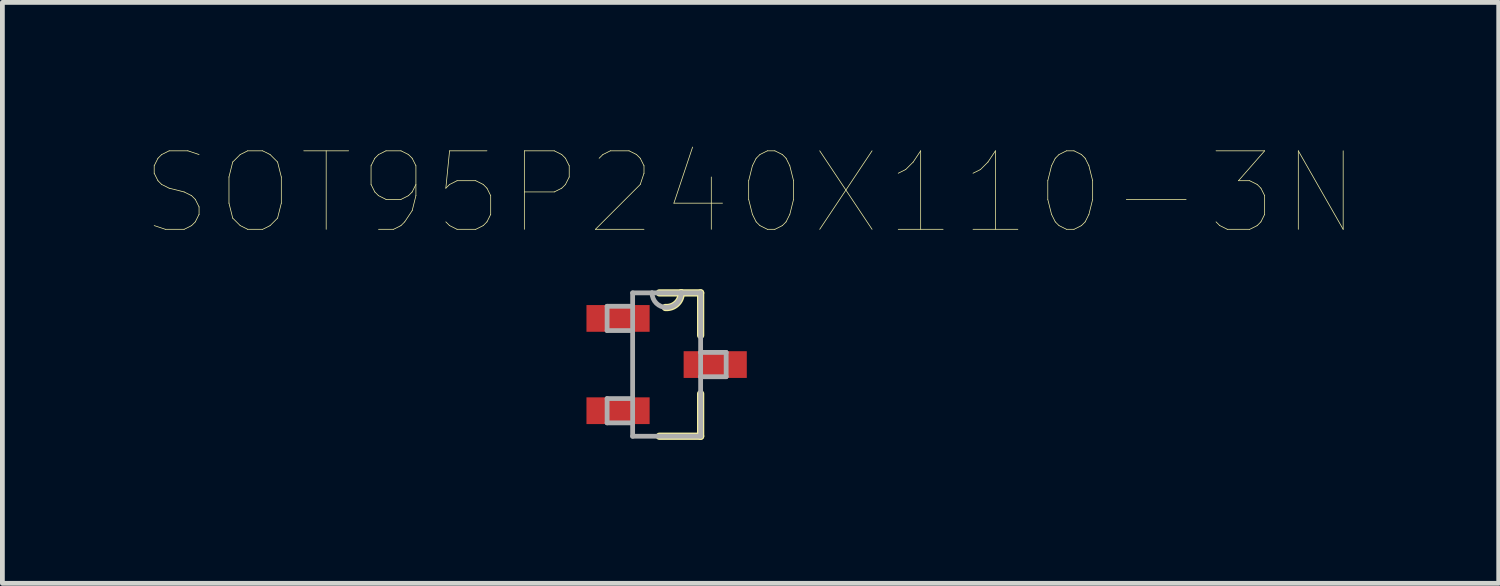
<source format=kicad_pcb>
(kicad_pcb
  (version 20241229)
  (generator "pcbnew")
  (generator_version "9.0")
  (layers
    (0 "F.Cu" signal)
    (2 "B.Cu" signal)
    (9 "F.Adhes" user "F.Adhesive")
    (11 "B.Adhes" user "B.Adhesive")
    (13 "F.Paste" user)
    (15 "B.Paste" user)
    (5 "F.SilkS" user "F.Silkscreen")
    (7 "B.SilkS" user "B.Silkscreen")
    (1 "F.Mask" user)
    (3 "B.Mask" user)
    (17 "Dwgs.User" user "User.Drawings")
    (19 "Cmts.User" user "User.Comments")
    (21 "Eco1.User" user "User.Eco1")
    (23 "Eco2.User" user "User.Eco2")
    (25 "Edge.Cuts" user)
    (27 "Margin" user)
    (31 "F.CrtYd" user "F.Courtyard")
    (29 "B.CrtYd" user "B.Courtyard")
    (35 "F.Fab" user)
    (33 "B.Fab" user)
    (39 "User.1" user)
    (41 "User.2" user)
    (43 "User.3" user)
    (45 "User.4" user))
  (footprint "SOT95P240X110-3N"
    (layer "F.Cu")
    (at 10.891 4.574)
    (property "Reference" "SOT95P240X110-3N" (at 1.755 -3.587 0) (layer "F.SilkS") (effects (font (size 1.642 1.642) (thickness 0.015))))
    (attr through_hole)
    (fp_line (start -0.152 1.499) (end 0.711 1.499) (stroke (width 0.152) (type solid)) (layer "F.SilkS"))
    (fp_line (start 0.305 -1.499) (end -0.152 -1.499) (stroke (width 0.152) (type solid)) (layer "F.SilkS"))
    (fp_line (start 0.711 -1.499) (end 0.305 -1.499) (stroke (width 0.152) (type solid)) (layer "F.SilkS"))
    (fp_line (start 0.711 -0.61) (end 0.711 -1.499) (stroke (width 0.152) (type solid)) (layer "F.SilkS"))
    (fp_line (start 0.711 1.499) (end 0.711 0.61) (stroke (width 0.152) (type solid)) (layer "F.SilkS"))
    (fp_arc (start 0.3048 -1.4986) (mid 0.206758 -1.273554) (end -0.0254 -1.1938) (stroke (width 0.1524) (type solid)) (layer "F.SilkS"))
    (fp_line (start -1.245 -1.219) (end -1.245 -0.711) (stroke (width 0.1) (type solid)) (layer "F.Fab"))
    (fp_line (start -1.245 -0.711) (end -0.711 -0.711) (stroke (width 0.1) (type solid)) (layer "F.Fab"))
    (fp_line (start -1.245 0.711) (end -1.245 1.219) (stroke (width 0.1) (type solid)) (layer "F.Fab"))
    (fp_line (start -1.245 1.219) (end -0.711 1.219) (stroke (width 0.1) (type solid)) (layer "F.Fab"))
    (fp_line (start -0.711 -1.499) (end -0.711 -1.219) (stroke (width 0.1) (type solid)) (layer "F.Fab"))
    (fp_line (start -0.711 -1.219) (end -1.245 -1.219) (stroke (width 0.1) (type solid)) (layer "F.Fab"))
    (fp_line (start -0.711 -1.219) (end -0.711 -0.711) (stroke (width 0.1) (type solid)) (layer "F.Fab"))
    (fp_line (start -0.711 -0.711) (end -0.711 0.711) (stroke (width 0.1) (type solid)) (layer "F.Fab"))
    (fp_line (start -0.711 0.711) (end -1.245 0.711) (stroke (width 0.1) (type solid)) (layer "F.Fab"))
    (fp_line (start -0.711 1.219) (end -0.711 0.711) (stroke (width 0.1) (type solid)) (layer "F.Fab"))
    (fp_line (start -0.711 1.499) (end -0.711 1.219) (stroke (width 0.1) (type solid)) (layer "F.Fab"))
    (fp_line (start -0.711 1.499) (end 0.711 1.499) (stroke (width 0.1) (type solid)) (layer "F.Fab"))
    (fp_line (start -0.305 -1.499) (end -0.711 -1.499) (stroke (width 0.1) (type solid)) (layer "F.Fab"))
    (fp_line (start 0.305 -1.499) (end -0.305 -1.499) (stroke (width 0.1) (type solid)) (layer "F.Fab"))
    (fp_line (start 0.711 -1.499) (end 0.305 -1.499) (stroke (width 0.1) (type solid)) (layer "F.Fab"))
    (fp_line (start 0.711 -0.254) (end 0.711 -1.499) (stroke (width 0.1) (type solid)) (layer "F.Fab"))
    (fp_line (start 0.711 0.254) (end 0.711 -0.254) (stroke (width 0.1) (type solid)) (layer "F.Fab"))
    (fp_line (start 0.711 0.254) (end 1.245 0.254) (stroke (width 0.1) (type solid)) (layer "F.Fab"))
    (fp_line (start 0.711 1.499) (end 0.711 0.254) (stroke (width 0.1) (type solid)) (layer "F.Fab"))
    (fp_line (start 1.245 -0.254) (end 0.711 -0.254) (stroke (width 0.1) (type solid)) (layer "F.Fab"))
    (fp_line (start 1.245 0.254) (end 1.245 -0.254) (stroke (width 0.1) (type solid)) (layer "F.Fab"))
    (fp_arc (start 0.3048 -1.4986) (mid 0 -1.1938) (end -0.3048 -1.4986) (stroke (width 0.1) (type solid)) (layer "F.Fab"))
    (pad "1" smd rect (at -1.016 -0.965) (size 1.321 0.559) (layers "F.Cu" "F.Mask" "F.Paste"))
    (pad "2" smd rect (at -1.016 0.965) (size 1.321 0.559) (layers "F.Cu" "F.Mask" "F.Paste"))
    (pad "3" smd rect (at 1.016 0) (size 1.321 0.559) (layers "F.Cu" "F.Mask" "F.Paste")))
  (gr_rect
    (start -3 -3)
    (end 28.292 9.149)
    (stroke (width 0.1) (type default))
    (fill no)
    (layer "Edge.Cuts")))
</source>
